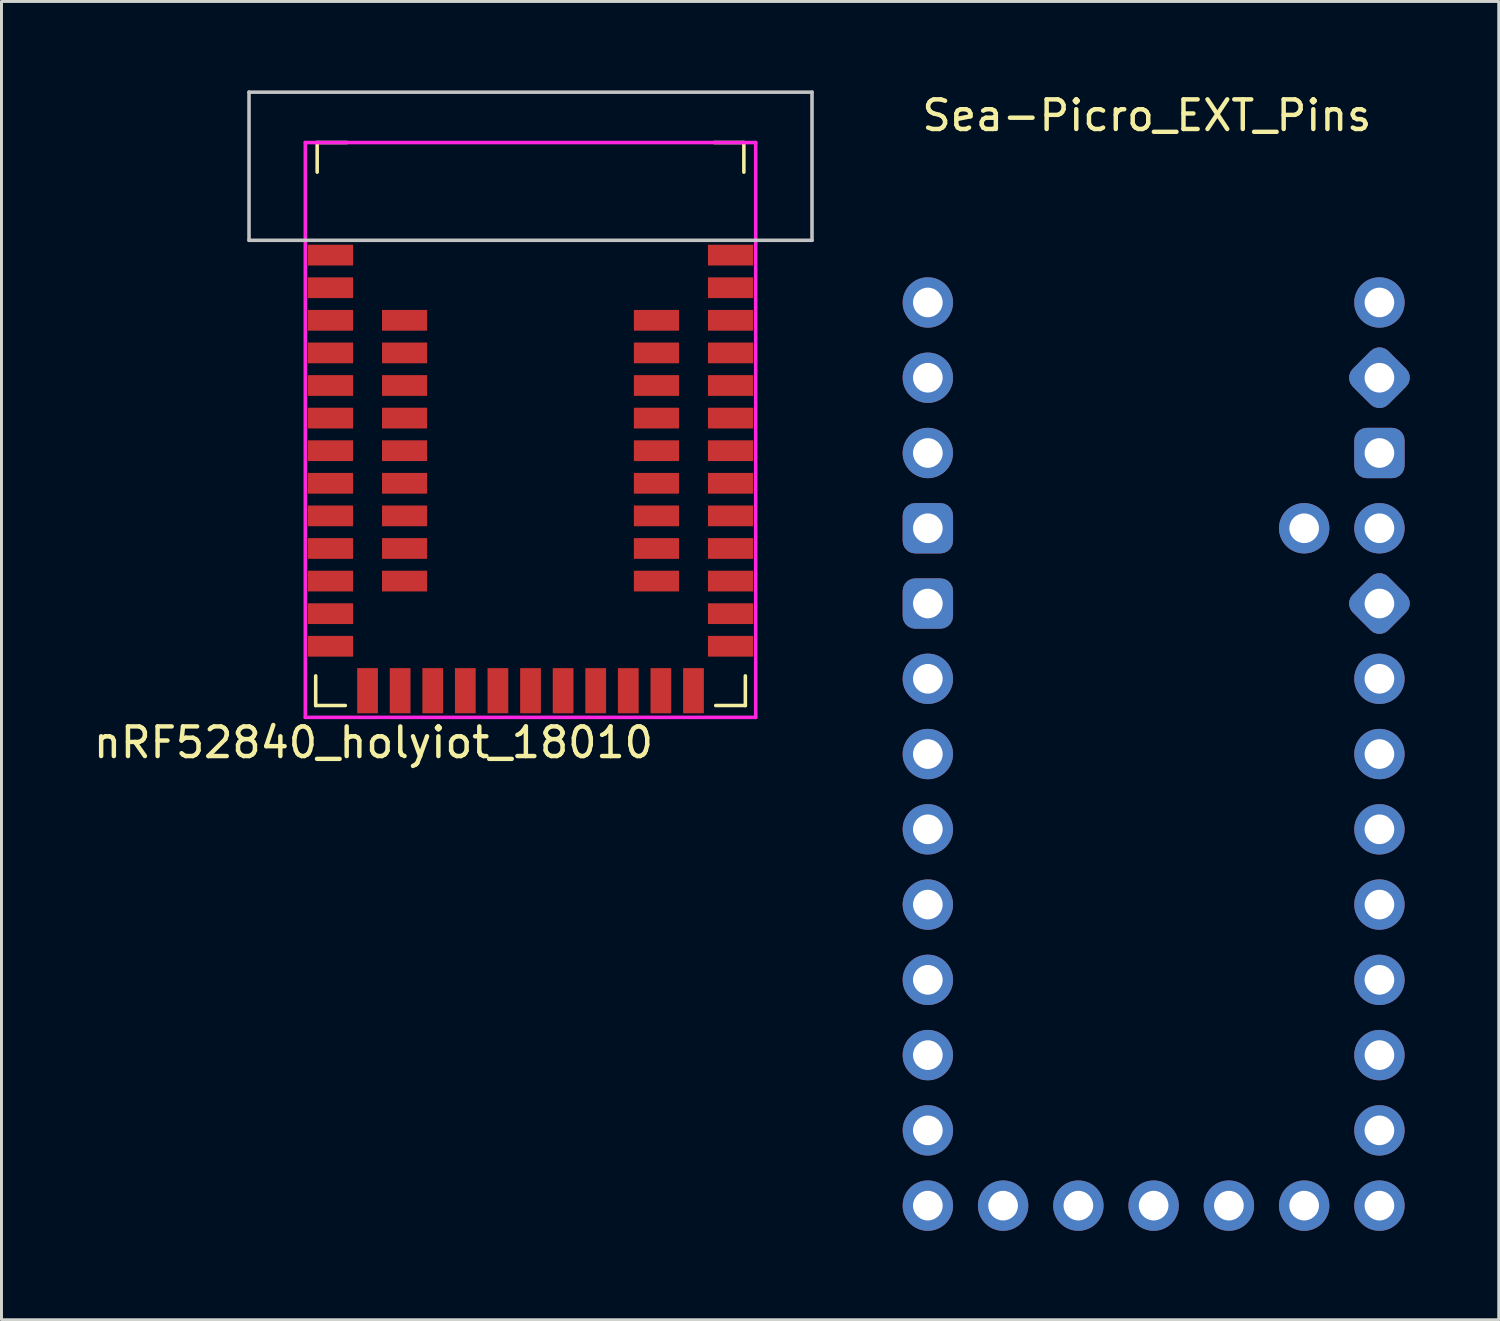
<source format=kicad_pcb>
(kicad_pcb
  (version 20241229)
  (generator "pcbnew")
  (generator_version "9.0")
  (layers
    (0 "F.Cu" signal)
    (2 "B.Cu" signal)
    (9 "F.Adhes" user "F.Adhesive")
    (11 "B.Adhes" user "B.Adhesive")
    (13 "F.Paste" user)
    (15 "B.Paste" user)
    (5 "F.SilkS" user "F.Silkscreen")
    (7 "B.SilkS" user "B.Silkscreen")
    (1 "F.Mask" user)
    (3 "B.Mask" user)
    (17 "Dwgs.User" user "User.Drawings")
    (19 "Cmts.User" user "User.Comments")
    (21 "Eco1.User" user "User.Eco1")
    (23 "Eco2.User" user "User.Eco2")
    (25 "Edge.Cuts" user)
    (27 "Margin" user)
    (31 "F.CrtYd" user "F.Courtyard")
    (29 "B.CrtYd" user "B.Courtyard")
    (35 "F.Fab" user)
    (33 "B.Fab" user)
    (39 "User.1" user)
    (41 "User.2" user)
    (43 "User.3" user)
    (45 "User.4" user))
  (footprint "nRF52840_holyiot_18010"
    (layer "F.Cu")
    (at 14.854 11.26)
    (property "Reference" "nRF52840_holyiot_18010" (at -5.3 10.75 0) (layer "F.SilkS") (effects (font (size 1 1) (thickness 0.15))))
    (fp_line (start -7.25 8.5) (end -7.25 9.5) (stroke (width 0.12) (type solid)) (layer "F.SilkS"))
    (fp_line (start -7.2 -8.5) (end -7.2 -9.5) (stroke (width 0.12) (type solid)) (layer "F.SilkS"))
    (fp_line (start -6.25 9.5) (end -7.25 9.5) (stroke (width 0.12) (type solid)) (layer "F.SilkS"))
    (fp_line (start -6.2 -9.5) (end -7.2 -9.5) (stroke (width 0.12) (type solid)) (layer "F.SilkS"))
    (fp_line (start 6.2 -9.5) (end 7.2 -9.5) (stroke (width 0.12) (type solid)) (layer "F.SilkS"))
    (fp_line (start 6.25 9.5) (end 7.25 9.5) (stroke (width 0.12) (type solid)) (layer "F.SilkS"))
    (fp_line (start 7.2 -8.5) (end 7.2 -9.5) (stroke (width 0.12) (type solid)) (layer "F.SilkS"))
    (fp_line (start 7.25 8.5) (end 7.25 9.5) (stroke (width 0.12) (type solid)) (layer "F.SilkS"))
    (fp_line (start -9.5 -11.2) (end 9.5 -11.2) (stroke (width 0.12) (type solid)) (layer "Dwgs.User"))
    (fp_line (start -9.5 -6.2) (end -9.5 -11.2) (stroke (width 0.12) (type solid)) (layer "Dwgs.User"))
    (fp_line (start 9.5 -11.2) (end 9.5 -6.2) (stroke (width 0.12) (type solid)) (layer "Dwgs.User"))
    (fp_line (start 9.5 -6.2) (end -9.5 -6.2) (stroke (width 0.12) (type solid)) (layer "Dwgs.User"))
    (fp_line (start -7.6 -9.5) (end -7.6 9.9) (stroke (width 0.12) (type solid)) (layer "F.CrtYd"))
    (fp_line (start -7.6 -9.5) (end 7.6 -9.5) (stroke (width 0.12) (type solid)) (layer "F.CrtYd"))
    (fp_line (start 7.6 -9.5) (end 7.6 9.9) (stroke (width 0.12) (type solid)) (layer "F.CrtYd"))
    (fp_line (start 7.6 9.9) (end -7.6 9.9) (stroke (width 0.12) (type solid)) (layer "F.CrtYd"))
    (pad "1" smd rect (at -6.75 -5.7) (size 1.524 0.7) (layers "F.Cu" "F.Mask" "F.Paste"))
    (pad "2" smd rect (at -6.75 -4.6) (size 1.524 0.7) (layers "F.Cu" "F.Mask" "F.Paste"))
    (pad "3" smd rect (at -6.75 -3.5) (size 1.524 0.7) (layers "F.Cu" "F.Mask" "F.Paste"))
    (pad "4" smd rect (at -6.75 -2.4) (size 1.524 0.7) (layers "F.Cu" "F.Mask" "F.Paste"))
    (pad "5" smd rect (at -6.75 -1.3) (size 1.524 0.7) (layers "F.Cu" "F.Mask" "F.Paste"))
    (pad "6" smd rect (at -6.75 -0.2) (size 1.524 0.7) (layers "F.Cu" "F.Mask" "F.Paste"))
    (pad "7" smd rect (at -6.75 0.9) (size 1.524 0.7) (layers "F.Cu" "F.Mask" "F.Paste"))
    (pad "8" smd rect (at -6.75 2) (size 1.524 0.7) (layers "F.Cu" "F.Mask" "F.Paste"))
    (pad "9" smd rect (at -6.75 3.1) (size 1.524 0.7) (layers "F.Cu" "F.Mask" "F.Paste"))
    (pad "10" smd rect (at -6.75 4.2) (size 1.524 0.7) (layers "F.Cu" "F.Mask" "F.Paste"))
    (pad "11" smd rect (at -6.75 5.3) (size 1.524 0.7) (layers "F.Cu" "F.Mask" "F.Paste"))
    (pad "12" smd rect (at -6.75 6.4) (size 1.524 0.7) (layers "F.Cu" "F.Mask" "F.Paste"))
    (pad "13" smd rect (at -6.75 7.5) (size 1.524 0.7) (layers "F.Cu" "F.Mask" "F.Paste"))
    (pad "14" smd rect (at -5.5 9 90) (size 1.524 0.7) (layers "F.Cu" "F.Mask" "F.Paste"))
    (pad "15" smd rect (at -4.4 9 90) (size 1.524 0.7) (layers "F.Cu" "F.Mask" "F.Paste"))
    (pad "16" smd rect (at -3.3 9 90) (size 1.524 0.7) (layers "F.Cu" "F.Mask" "F.Paste"))
    (pad "17" smd rect (at -2.2 9 90) (size 1.524 0.7) (layers "F.Cu" "F.Mask" "F.Paste"))
    (pad "18" smd rect (at -1.1 9 90) (size 1.524 0.7) (layers "F.Cu" "F.Mask" "F.Paste"))
    (pad "19" smd rect (at 0 9 90) (size 1.524 0.7) (layers "F.Cu" "F.Mask" "F.Paste"))
    (pad "20" smd rect (at 1.1 9 90) (size 1.524 0.7) (layers "F.Cu" "F.Mask" "F.Paste"))
    (pad "21" smd rect (at 2.2 9 90) (size 1.524 0.7) (layers "F.Cu" "F.Mask" "F.Paste"))
    (pad "22" smd rect (at 3.3 9 90) (size 1.524 0.7) (layers "F.Cu" "F.Mask" "F.Paste"))
    (pad "23" smd rect (at 4.4 9 90) (size 1.524 0.7) (layers "F.Cu" "F.Mask" "F.Paste"))
    (pad "24" smd rect (at 5.5 9 90) (size 1.524 0.7) (layers "F.Cu" "F.Mask" "F.Paste"))
    (pad "25" smd rect (at 6.75 7.5 180) (size 1.524 0.7) (layers "F.Cu" "F.Mask" "F.Paste"))
    (pad "26" smd rect (at 6.75 6.4 180) (size 1.524 0.7) (layers "F.Cu" "F.Mask" "F.Paste"))
    (pad "27" smd rect (at 6.75 5.3 180) (size 1.524 0.7) (layers "F.Cu" "F.Mask" "F.Paste"))
    (pad "28" smd rect (at 6.75 4.2 180) (size 1.524 0.7) (layers "F.Cu" "F.Mask" "F.Paste"))
    (pad "29" smd rect (at 6.75 3.1 180) (size 1.524 0.7) (layers "F.Cu" "F.Mask" "F.Paste"))
    (pad "30" smd rect (at 6.75 2 180) (size 1.524 0.7) (layers "F.Cu" "F.Mask" "F.Paste"))
    (pad "31" smd rect (at 6.75 0.9 180) (size 1.524 0.7) (layers "F.Cu" "F.Mask" "F.Paste"))
    (pad "32" smd rect (at 6.75 -0.2 180) (size 1.524 0.7) (layers "F.Cu" "F.Mask" "F.Paste"))
    (pad "33" smd rect (at 6.75 -1.3 180) (size 1.524 0.7) (layers "F.Cu" "F.Mask" "F.Paste"))
    (pad "34" smd rect (at 6.75 -2.4 180) (size 1.524 0.7) (layers "F.Cu" "F.Mask" "F.Paste"))
    (pad "35" smd rect (at 6.75 -3.5 180) (size 1.524 0.7) (layers "F.Cu" "F.Mask" "F.Paste"))
    (pad "36" smd rect (at 6.75 -4.6 180) (size 1.524 0.7) (layers "F.Cu" "F.Mask" "F.Paste"))
    (pad "37" smd rect (at 6.75 -5.7 180) (size 1.524 0.7) (layers "F.Cu" "F.Mask" "F.Paste"))
    (pad "38" smd rect (at -4.25 -3.5 180) (size 1.524 0.7) (layers "F.Cu" "F.Mask" "F.Paste"))
    (pad "39" smd rect (at -4.25 -2.4 180) (size 1.524 0.7) (layers "F.Cu" "F.Mask" "F.Paste"))
    (pad "40" smd rect (at -4.25 -1.3 180) (size 1.524 0.7) (layers "F.Cu" "F.Mask" "F.Paste"))
    (pad "41" smd rect (at -4.25 -0.2 180) (size 1.524 0.7) (layers "F.Cu" "F.Mask" "F.Paste"))
    (pad "42" smd rect (at -4.25 0.9 180) (size 1.524 0.7) (layers "F.Cu" "F.Mask" "F.Paste"))
    (pad "43" smd rect (at -4.25 2 180) (size 1.524 0.7) (layers "F.Cu" "F.Mask" "F.Paste"))
    (pad "44" smd rect (at -4.25 3.1 180) (size 1.524 0.7) (layers "F.Cu" "F.Mask" "F.Paste"))
    (pad "45" smd rect (at -4.25 4.2 180) (size 1.524 0.7) (layers "F.Cu" "F.Mask" "F.Paste"))
    (pad "46" smd rect (at -4.25 5.3 180) (size 1.524 0.7) (layers "F.Cu" "F.Mask" "F.Paste"))
    (pad "47" smd rect (at 4.25 -3.5 180) (size 1.524 0.7) (layers "F.Cu" "F.Mask" "F.Paste"))
    (pad "48" smd rect (at 4.25 -2.4 180) (size 1.524 0.7) (layers "F.Cu" "F.Mask" "F.Paste"))
    (pad "49" smd rect (at 4.25 -1.3 180) (size 1.524 0.7) (layers "F.Cu" "F.Mask" "F.Paste"))
    (pad "50" smd rect (at 4.25 -0.2 180) (size 1.524 0.7) (layers "F.Cu" "F.Mask" "F.Paste"))
    (pad "51" smd rect (at 4.25 0.9 180) (size 1.524 0.7) (layers "F.Cu" "F.Mask" "F.Paste"))
    (pad "52" smd rect (at 4.25 2 180) (size 1.524 0.7) (layers "F.Cu" "F.Mask" "F.Paste"))
    (pad "53" smd rect (at 4.25 3.1 180) (size 1.524 0.7) (layers "F.Cu" "F.Mask" "F.Paste"))
    (pad "54" smd rect (at 4.25 4.2 180) (size 1.524 0.7) (layers "F.Cu" "F.Mask" "F.Paste"))
    (pad "55" smd rect (at 4.25 5.3 180) (size 1.524 0.7) (layers "F.Cu" "F.Mask" "F.Paste"))
    (zone (net_name "") (layers "F.Cu" "B.Cu") (name "ANTENNA") (hatch edge 0.508) (connect_pads) (min_thickness 0.254) (filled_areas_thickness no) (keepout (tracks not_allowed) (vias not_allowed) (pads not_allowed) (copperpour not_allowed) (footprints not_allowed)) (placement (enabled no)) (fill) (polygon (pts (xy 24.354 5.06) (xy 5.354 5.06) (xy 5.354 0.06) (xy 24.354 0.06)))))
  (footprint "Sea-Picro_EXT_Pins"
    (layer "F.Cu")
    (at 35.853 22.398)
    (property "Reference" "Sea-Picro_EXT_Pins" (at -0.2 -21.55 0) (unlocked yes) (layer "F.SilkS") (effects (font (size 1 1) (thickness 0.15))))
    (attr through_hole)
    (pad "1" thru_hole circle (at -7.59 -15.24) (size 1.7 1.7) (drill 1) (layers "*.Cu" "*.Mask"))
    (pad "2" thru_hole circle (at -7.59 -12.7 180) (size 1.7 1.7) (drill 1) (layers "*.Cu" "*.Mask"))
    (pad "3" thru_hole circle (at -7.59 -10.16 180) (size 1.7 1.7) (drill 1) (layers "*.Cu" "*.Mask"))
    (pad "4" thru_hole roundrect (at -7.59 -7.62 180) (size 1.7 1.7) (drill 1) (layers "*.Cu" "*.Mask") (roundrect_rratio 0.25))
    (pad "5" thru_hole roundrect (at -7.59 -5.08 180) (size 1.7 1.7) (drill 1) (layers "*.Cu" "*.Mask") (roundrect_rratio 0.25))
    (pad "6" thru_hole circle (at -7.59 -2.54 180) (size 1.7 1.7) (drill 1) (layers "*.Cu" "*.Mask"))
    (pad "7" thru_hole circle (at -7.59 0 180) (size 1.7 1.7) (drill 1) (layers "*.Cu" "*.Mask"))
    (pad "8" thru_hole circle (at -7.59 2.54 180) (size 1.7 1.7) (drill 1) (layers "*.Cu" "*.Mask"))
    (pad "9" thru_hole circle (at -7.59 5.08 180) (size 1.7 1.7) (drill 1) (layers "*.Cu" "*.Mask"))
    (pad "10" thru_hole circle (at -7.59 7.62 180) (size 1.7 1.7) (drill 1) (layers "*.Cu" "*.Mask"))
    (pad "11" thru_hole circle (at -7.59 10.16 180) (size 1.7 1.7) (drill 1) (layers "*.Cu" "*.Mask"))
    (pad "12" thru_hole circle (at -7.59 12.7 180) (size 1.7 1.7) (drill 1) (layers "*.Cu" "*.Mask"))
    (pad "13" thru_hole circle (at -7.59 15.24 180) (size 1.7 1.7) (drill 1) (layers "*.Cu" "*.Mask"))
    (pad "14" thru_hole circle (at -5.05 15.24 90) (size 1.7 1.7) (drill 1) (layers "*.Cu" "*.Mask"))
    (pad "15" thru_hole oval (at -2.51 15.24 90) (size 1.7 1.7) (drill 1) (layers "*.Cu" "*.Mask"))
    (pad "16" thru_hole oval (at 0.03 15.24 90) (size 1.7 1.7) (drill 1) (layers "*.Cu" "*.Mask"))
    (pad "17" thru_hole oval (at 2.57 15.24 90) (size 1.7 1.7) (drill 1) (layers "*.Cu" "*.Mask"))
    (pad "18" thru_hole oval (at 5.11 15.24 90) (size 1.7 1.7) (drill 1) (layers "*.Cu" "*.Mask"))
    (pad "19" thru_hole circle (at 7.65 15.24) (size 1.7 1.7) (drill 1) (layers "*.Cu" "*.Mask"))
    (pad "20" thru_hole circle (at 7.65 12.7) (size 1.7 1.7) (drill 1) (layers "*.Cu" "*.Mask"))
    (pad "21" thru_hole circle (at 7.65 10.16) (size 1.7 1.7) (drill 1) (layers "*.Cu" "*.Mask"))
    (pad "22" thru_hole circle (at 7.65 7.62) (size 1.7 1.7) (drill 1) (layers "*.Cu" "*.Mask"))
    (pad "23" thru_hole circle (at 7.65 5.08) (size 1.7 1.7) (drill 1) (layers "*.Cu" "*.Mask"))
    (pad "24" thru_hole circle (at 7.65 2.54) (size 1.7 1.7) (drill 1) (layers "*.Cu" "*.Mask"))
    (pad "25" thru_hole circle (at 7.65 0) (size 1.7 1.7) (drill 1) (layers "*.Cu" "*.Mask"))
    (pad "26" thru_hole circle (at 7.65 -2.54) (size 1.7 1.7) (drill 1) (layers "*.Cu" "*.Mask"))
    (pad "27" thru_hole roundrect (at 7.65 -5.08 45) (size 1.7 1.7) (drill 1) (layers "*.Cu" "*.Mask") (roundrect_rratio 0.25))
    (pad "28" thru_hole circle (at 7.65 -7.62) (size 1.7 1.7) (drill 1) (layers "*.Cu" "*.Mask"))
    (pad "29" thru_hole roundrect (at 7.65 -10.16) (size 1.7 1.7) (drill 1) (layers "*.Cu" "*.Mask") (roundrect_rratio 0.25))
    (pad "30" thru_hole roundrect (at 7.65 -12.7 45) (size 1.7 1.7) (drill 1) (layers "*.Cu" "*.Mask") (roundrect_rratio 0.25))
    (pad "31" thru_hole circle (at 7.65 -15.24) (size 1.7 1.7) (drill 1) (layers "*.Cu" "*.Mask"))
    (pad "32" thru_hole circle (at 5.11 -7.62) (size 1.7 1.7) (drill 1) (layers "*.Cu" "*.Mask")))
  (gr_rect
    (start -3 -3)
    (end 47.53 41.488)
    (stroke (width 0.1) (type default))
    (fill no)
    (layer "Edge.Cuts")))
</source>
